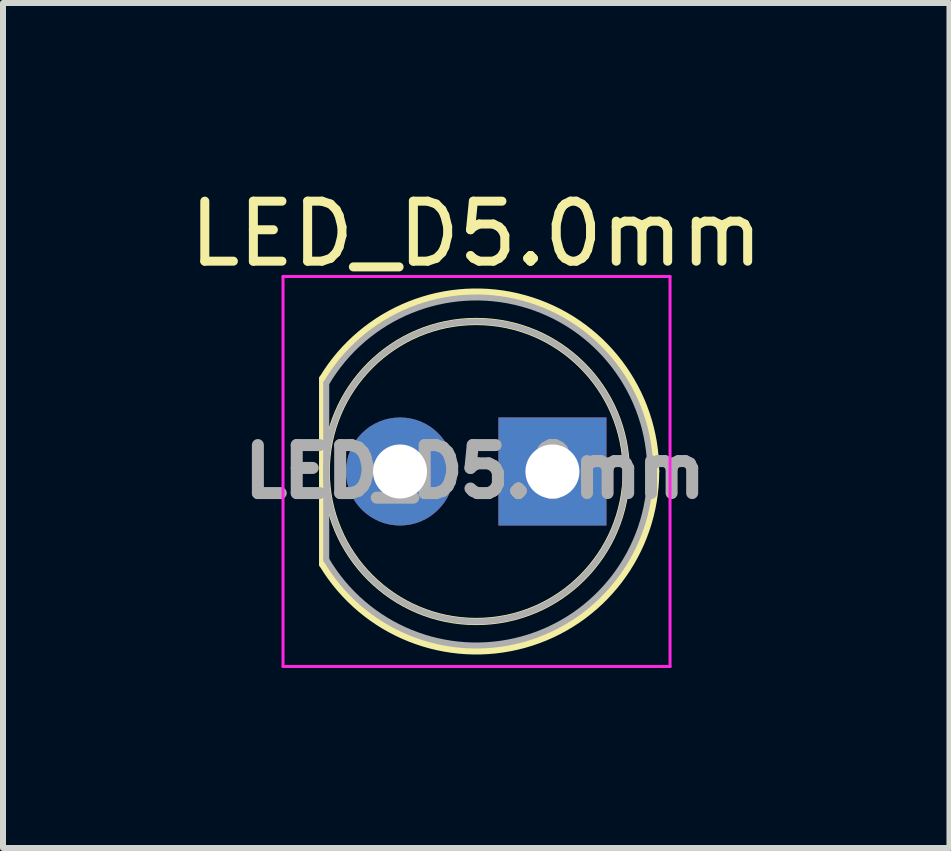
<source format=kicad_pcb>
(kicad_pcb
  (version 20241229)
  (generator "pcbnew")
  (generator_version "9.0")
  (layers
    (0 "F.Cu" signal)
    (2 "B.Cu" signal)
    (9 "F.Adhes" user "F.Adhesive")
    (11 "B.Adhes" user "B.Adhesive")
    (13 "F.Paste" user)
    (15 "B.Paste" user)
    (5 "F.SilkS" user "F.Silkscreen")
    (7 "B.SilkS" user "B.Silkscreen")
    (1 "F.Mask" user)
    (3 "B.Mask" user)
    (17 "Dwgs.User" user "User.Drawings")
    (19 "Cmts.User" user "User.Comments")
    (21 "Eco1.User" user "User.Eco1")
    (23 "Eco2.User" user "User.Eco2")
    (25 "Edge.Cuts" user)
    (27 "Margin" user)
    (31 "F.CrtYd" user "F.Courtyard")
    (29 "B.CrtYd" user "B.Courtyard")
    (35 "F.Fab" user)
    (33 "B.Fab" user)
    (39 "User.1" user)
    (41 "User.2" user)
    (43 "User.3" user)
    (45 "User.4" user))
  (footprint "LED_D5.0mm"
    (layer "F.Cu")
    (at 3.617 4.808)
    (property "Reference" "LED_D5.0mm" (at 1.27 -3.96 0) (layer "F.SilkS") (effects (font (size 1 1) (thickness 0.15))))
    (attr through_hole)
    (fp_line (start -1.29 -1.545) (end -1.29 1.545) (stroke (width 0.12) (type solid)) (layer "F.SilkS"))
    (fp_arc (start -1.29 -1.54483) (mid 2.072002 -2.880433) (end 4.26 0.000462) (stroke (width 0.12) (type solid)) (layer "F.SilkS"))
    (fp_arc (start 4.26 -0.000462) (mid 2.072002 2.880433) (end -1.29 1.54483) (stroke (width 0.12) (type solid)) (layer "F.SilkS"))
    (fp_circle (center 1.27 0) (end 3.77 0) (stroke (width 0.12) (type solid)) (fill no) (layer "F.SilkS"))
    (fp_line (start -1.95 -3.25) (end -1.95 3.25) (stroke (width 0.05) (type solid)) (layer "F.CrtYd"))
    (fp_line (start -1.95 3.25) (end 4.5 3.25) (stroke (width 0.05) (type solid)) (layer "F.CrtYd"))
    (fp_line (start 4.5 -3.25) (end -1.95 -3.25) (stroke (width 0.05) (type solid)) (layer "F.CrtYd"))
    (fp_line (start 4.5 3.25) (end 4.5 -3.25) (stroke (width 0.05) (type solid)) (layer "F.CrtYd"))
    (fp_line (start -1.23 -1.47) (end -1.23 1.47) (stroke (width 0.1) (type solid)) (layer "F.Fab"))
    (fp_arc (start -1.23 -1.469694) (mid 4.17 0.000016) (end -1.230016 1.469666) (stroke (width 0.1) (type solid)) (layer "F.Fab"))
    (fp_circle (center 1.27 0) (end 3.77 0) (stroke (width 0.1) (type solid)) (fill no) (layer "F.Fab"))
    (fp_text user "${REFERENCE}" (at 1.25 0 0) (layer "F.Fab") (effects (font (size 0.8 0.8) (thickness 0.2))))
    (pad "1" thru_hole circle (at 0 0) (size 1.8 1.8) (drill 0.9) (layers "*.Cu" "*.Mask"))
    (pad "2" thru_hole rect (at 2.54 0) (size 1.8 1.8) (drill 0.9) (layers "*.Cu" "*.Mask")))
  (gr_rect
    (start -3 -3)
    (end 12.774 11.083)
    (stroke (width 0.1) (type default))
    (fill no)
    (layer "Edge.Cuts")))
</source>
